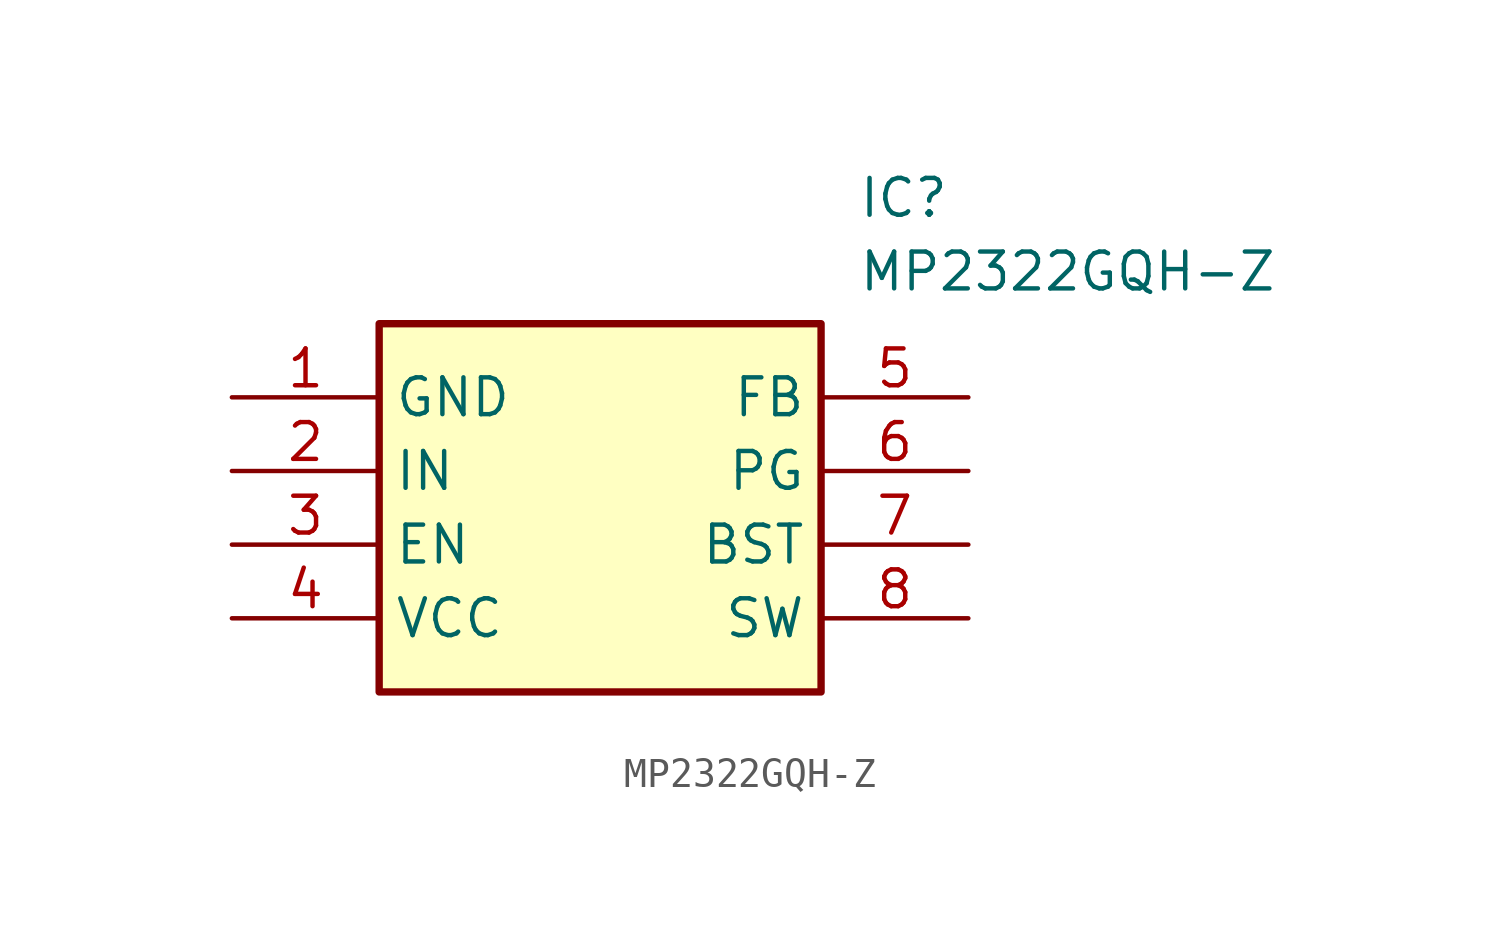
<source format=kicad_sym>
(kicad_symbol_lib
  (version 20231120)
  (generator "kicad_symbol_editor")
  (generator_version "8.0")
  (symbol "MP2322GQH-Z"
    (property "Reference" "IC"
      (at 21.59 7.62 0)
      (effects (font (size 1.27 1.27)) (justify left top)))
    (property "Value" "MP2322GQH-Z"
      (at 21.59 5.08 0)
      (effects (font (size 1.27 1.27)) (justify left top)))
    (symbol "MP2322GQH-Z_1_1"
      (rectangle (start 5.08 2.54) (end 20.32 -10.16) (stroke (width 0.254) (type default)) (fill (type background)))
      (pin passive line (at 0 0 0) (length 5.08) (name "GND" (effects (font (size 1.27 1.27)))) (number "1" (effects (font (size 1.27 1.27)))))
      (pin passive line (at 0 -2.54 0) (length 5.08) (name "IN" (effects (font (size 1.27 1.27)))) (number "2" (effects (font (size 1.27 1.27)))))
      (pin passive line (at 0 -5.08 0) (length 5.08) (name "EN" (effects (font (size 1.27 1.27)))) (number "3" (effects (font (size 1.27 1.27)))))
      (pin passive line (at 0 -7.62 0) (length 5.08) (name "VCC" (effects (font (size 1.27 1.27)))) (number "4" (effects (font (size 1.27 1.27)))))
      (pin passive line (at 25.4 0 180) (length 5.08) (name "FB" (effects (font (size 1.27 1.27)))) (number "5" (effects (font (size 1.27 1.27)))))
      (pin passive line (at 25.4 -2.54 180) (length 5.08) (name "PG" (effects (font (size 1.27 1.27)))) (number "6" (effects (font (size 1.27 1.27)))))
      (pin passive line (at 25.4 -5.08 180) (length 5.08) (name "BST" (effects (font (size 1.27 1.27)))) (number "7" (effects (font (size 1.27 1.27)))))
      (pin passive line (at 25.4 -7.62 180) (length 5.08) (name "SW" (effects (font (size 1.27 1.27)))) (number "8" (effects (font (size 1.27 1.27))))))))
</source>
